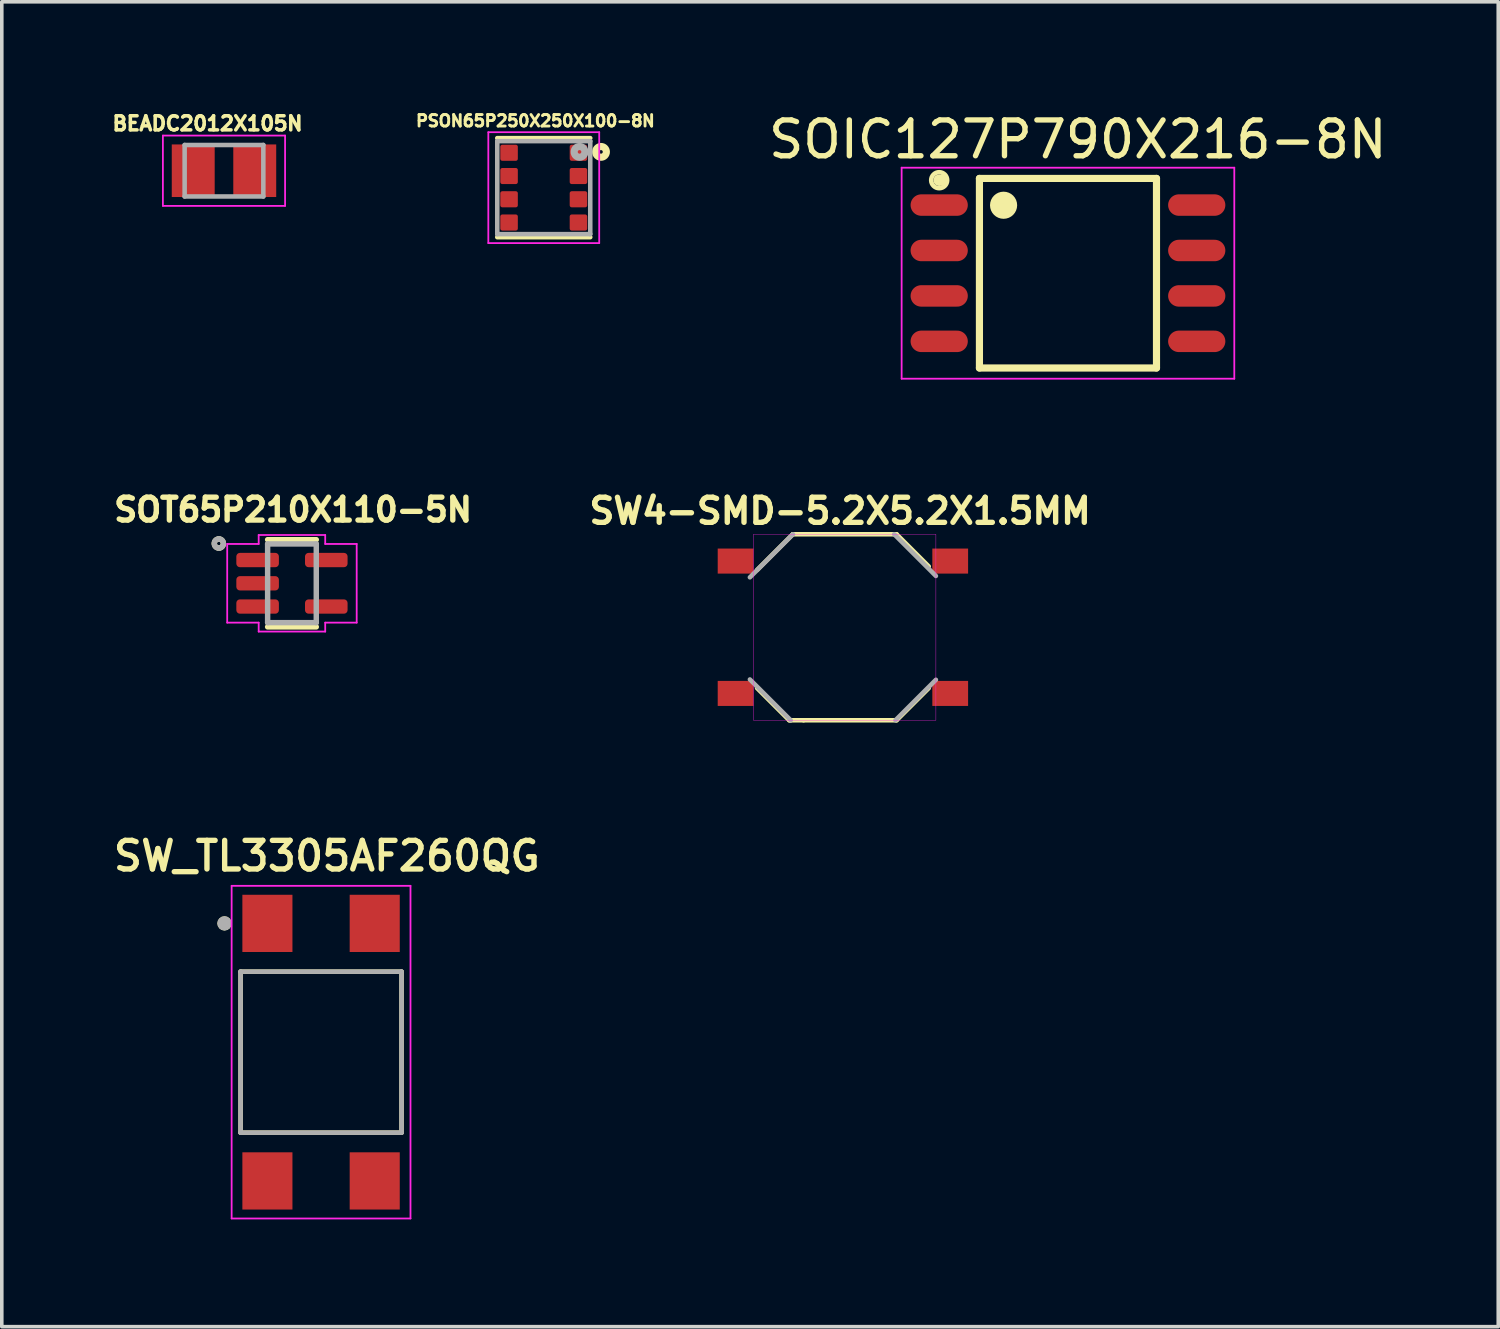
<source format=kicad_pcb>
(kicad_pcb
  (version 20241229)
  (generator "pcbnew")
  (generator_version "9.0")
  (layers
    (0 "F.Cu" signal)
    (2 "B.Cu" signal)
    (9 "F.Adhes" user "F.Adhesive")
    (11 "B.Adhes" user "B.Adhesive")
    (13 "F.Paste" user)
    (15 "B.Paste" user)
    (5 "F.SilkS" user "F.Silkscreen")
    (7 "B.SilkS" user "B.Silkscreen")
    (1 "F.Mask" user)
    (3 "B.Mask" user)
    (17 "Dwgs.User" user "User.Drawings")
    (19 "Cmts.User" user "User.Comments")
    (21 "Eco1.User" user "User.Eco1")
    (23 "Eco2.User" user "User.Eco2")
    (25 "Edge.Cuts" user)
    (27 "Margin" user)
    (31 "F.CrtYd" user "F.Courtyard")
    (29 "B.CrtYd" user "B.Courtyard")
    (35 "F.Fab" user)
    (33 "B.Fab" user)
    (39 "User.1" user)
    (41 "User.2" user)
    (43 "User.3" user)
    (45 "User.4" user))
  (footprint "BEADC2012X105N"
    (layer "F.Cu")
    (at 3.212 1.723)
    (property "Reference" "BEADC2012X105N" (at -0.46 -1.32 0) (layer "F.SilkS") (effects (font (size 0.394 0.394) (thickness 0.15))))
    (attr smd)
    (fp_line (start -1.708 -0.983) (end 1.708 -0.983) (stroke (width 0.05) (type solid)) (layer "F.CrtYd"))
    (fp_line (start -1.708 0.983) (end -1.708 -0.983) (stroke (width 0.05) (type solid)) (layer "F.CrtYd"))
    (fp_line (start -1.708 0.983) (end 1.708 0.983) (stroke (width 0.05) (type solid)) (layer "F.CrtYd"))
    (fp_line (start 1.708 0.983) (end 1.708 -0.983) (stroke (width 0.05) (type solid)) (layer "F.CrtYd"))
    (fp_line (start -1.1 0.72) (end -1.1 -0.72) (stroke (width 0.127) (type solid)) (layer "F.Fab"))
    (fp_line (start 1.1 -0.72) (end -1.1 -0.72) (stroke (width 0.127) (type solid)) (layer "F.Fab"))
    (fp_line (start 1.1 0.72) (end -1.1 0.72) (stroke (width 0.127) (type solid)) (layer "F.Fab"))
    (fp_line (start 1.1 0.72) (end 1.1 -0.72) (stroke (width 0.127) (type solid)) (layer "F.Fab"))
    (pad "1" smd rect (at -0.86 0) (size 1.2 1.47) (layers "F.Cu" "F.Mask" "F.Paste"))
    (pad "2" smd rect (at 0.86 0) (size 1.2 1.47) (layers "F.Cu" "F.Mask" "F.Paste")))
  (footprint "SW4-SMD-5.2X5.2X1.5MM"
    (layer "F.Cu")
    (at 20.515 14.486)
    (property "Reference" "SW4-SMD-5.2X5.2X1.5MM" (at -0.078 -3.25 0) (layer "F.SilkS") (effects (font (size 0.701 0.701) (thickness 0.15))))
    (attr smd)
    (fp_line (start -1.5 2.6) (end -2.4 1.7) (stroke (width 0.127) (type solid)) (layer "F.SilkS"))
    (fp_line (start -1.46 2.6) (end -1.5 2.6) (stroke (width 0.127) (type solid)) (layer "F.SilkS"))
    (fp_line (start -1.4 -2.6) (end -2.4 -1.6) (stroke (width 0.127) (type solid)) (layer "F.SilkS"))
    (fp_line (start -1.4 -2.6) (end 1.5 -2.6) (stroke (width 0.127) (type solid)) (layer "F.SilkS"))
    (fp_line (start -1.1 2.6) (end -1.46 2.6) (stroke (width 0.127) (type solid)) (layer "F.SilkS"))
    (fp_line (start 1.5 -2.6) (end 2.4 -1.7) (stroke (width 0.127) (type solid)) (layer "F.SilkS"))
    (fp_line (start 1.5 2.6) (end -1.1 2.6) (stroke (width 0.127) (type solid)) (layer "F.SilkS"))
    (fp_line (start 1.5 2.6) (end 2.4 1.7) (stroke (width 0.127) (type solid)) (layer "F.SilkS"))
    (fp_poly (pts (xy -2.501 -2.6) (xy 2.6 -2.6) (xy 2.6 2.601) (xy -2.501 2.601)) (stroke (width 0.01) (type solid)) (fill no) (layer "F.CrtYd"))
    (fp_line (start -2.6 -1.396) (end -1.396 -2.6) (stroke (width 0.127) (type solid)) (layer "F.Fab"))
    (fp_line (start -1.46 2.6) (end -2.6 1.46) (stroke (width 0.127) (type solid)) (layer "F.Fab"))
    (fp_line (start 1.434 -2.6) (end 2.6 -1.434) (stroke (width 0.127) (type solid)) (layer "F.Fab"))
    (fp_line (start 2.6 1.469) (end 1.469 2.6) (stroke (width 0.127) (type solid)) (layer "F.Fab"))
    (pad "1" smd rect (at -3 -1.85) (size 1 0.7) (layers "F.Cu" "F.Mask" "F.Paste"))
    (pad "2" smd rect (at 3 -1.85) (size 1 0.7) (layers "F.Cu" "F.Mask" "F.Paste"))
    (pad "3" smd rect (at -3 1.85) (size 1 0.7) (layers "F.Cu" "F.Mask" "F.Paste"))
    (pad "4" smd rect (at 3 1.85) (size 1 0.7) (layers "F.Cu" "F.Mask" "F.Paste")))
  (footprint "PSON65P250X250X100-8N"
    (layer "F.Cu")
    (at 12.152 2.196)
    (property "Reference" "PSON65P250X250X100-8N" (at -0.235 -1.867 0) (layer "F.SilkS") (effects (font (size 0.322 0.322) (thickness 0.15))))
    (attr smd)
    (fp_line (start -1.3 -1.385) (end 1.3 -1.385) (stroke (width 0.127) (type solid)) (layer "F.SilkS"))
    (fp_line (start -1.3 1.385) (end 1.3 1.385) (stroke (width 0.127) (type solid)) (layer "F.SilkS"))
    (fp_circle (center 1.6 -1) (end 1.65 -1) (stroke (width 0.2) (type solid)) (fill no) (layer "F.SilkS"))
    (fp_line (start -1.55 -1.55) (end 1.55 -1.55) (stroke (width 0.05) (type solid)) (layer "F.CrtYd"))
    (fp_line (start -1.55 1.55) (end -1.55 -1.55) (stroke (width 0.05) (type solid)) (layer "F.CrtYd"))
    (fp_line (start 1.55 -1.55) (end 1.55 1.55) (stroke (width 0.05) (type solid)) (layer "F.CrtYd"))
    (fp_line (start 1.55 1.55) (end -1.55 1.55) (stroke (width 0.05) (type solid)) (layer "F.CrtYd"))
    (fp_line (start -1.3 -1.3) (end -1.3 1.3) (stroke (width 0.127) (type solid)) (layer "F.Fab"))
    (fp_line (start -1.3 1.3) (end 1.3 1.3) (stroke (width 0.127) (type solid)) (layer "F.Fab"))
    (fp_line (start 1.3 -1.3) (end -1.3 -1.3) (stroke (width 0.127) (type solid)) (layer "F.Fab"))
    (fp_line (start 1.3 1.3) (end 1.3 -1.3) (stroke (width 0.127) (type solid)) (layer "F.Fab"))
    (fp_circle (center 1 -1) (end 1.05 -1) (stroke (width 0.2) (type solid)) (fill no) (layer "F.Fab"))
    (pad "1" smd roundrect (at 0.97 -0.975) (size 0.49 0.45) (layers "F.Cu" "F.Mask" "F.Paste") (roundrect_rratio 0.125))
    (pad "2" smd roundrect (at 0.97 -0.325) (size 0.49 0.45) (layers "F.Cu" "F.Mask" "F.Paste") (roundrect_rratio 0.125))
    (pad "3" smd roundrect (at 0.97 0.325) (size 0.49 0.45) (layers "F.Cu" "F.Mask" "F.Paste") (roundrect_rratio 0.125))
    (pad "4" smd roundrect (at 0.97 0.975) (size 0.49 0.45) (layers "F.Cu" "F.Mask" "F.Paste") (roundrect_rratio 0.125))
    (pad "5" smd roundrect (at -0.97 0.975) (size 0.49 0.45) (layers "F.Cu" "F.Mask" "F.Paste") (roundrect_rratio 0.125))
    (pad "6" smd roundrect (at -0.97 0.325) (size 0.49 0.45) (layers "F.Cu" "F.Mask" "F.Paste") (roundrect_rratio 0.125))
    (pad "7" smd roundrect (at -0.97 -0.325) (size 0.49 0.45) (layers "F.Cu" "F.Mask" "F.Paste") (roundrect_rratio 0.125))
    (pad "8" smd roundrect (at -0.97 -0.975) (size 0.49 0.45) (layers "F.Cu" "F.Mask" "F.Paste") (roundrect_rratio 0.125)))
  (footprint "SOT65P210X110-5N"
    (layer "F.Cu")
    (at 5.112 13.257)
    (property "Reference" "SOT65P210X110-5N" (at 0.032 -2.056 0) (layer "F.SilkS") (effects (font (size 0.64 0.64) (thickness 0.15))))
    (attr smd)
    (fp_line (start -0.68 1.219) (end 0.68 1.219) (stroke (width 0.152) (type solid)) (layer "F.SilkS"))
    (fp_line (start 0.68 -1.219) (end -0.68 -1.219) (stroke (width 0.152) (type solid)) (layer "F.SilkS"))
    (fp_arc (start -2.0438 -1.2392) (mid -1.9168 -1.1122) (end -2.0438 -0.9852) (stroke (width 0.1524) (type solid)) (layer "F.SilkS"))
    (fp_arc (start -2.0438 -0.9852) (mid -2.1708 -1.1122) (end -2.0438 -1.2392) (stroke (width 0.1524) (type solid)) (layer "F.SilkS"))
    (fp_line (start -1.81 -1.1) (end -0.93 -1.1) (stroke (width 0.05) (type solid)) (layer "F.CrtYd"))
    (fp_line (start -1.81 1.1) (end -1.81 -1.1) (stroke (width 0.05) (type solid)) (layer "F.CrtYd"))
    (fp_line (start -0.93 -1.35) (end 0.93 -1.35) (stroke (width 0.05) (type solid)) (layer "F.CrtYd"))
    (fp_line (start -0.93 -1.1) (end -0.93 -1.35) (stroke (width 0.05) (type solid)) (layer "F.CrtYd"))
    (fp_line (start -0.93 1.1) (end -1.81 1.1) (stroke (width 0.05) (type solid)) (layer "F.CrtYd"))
    (fp_line (start -0.93 1.35) (end -0.93 1.1) (stroke (width 0.05) (type solid)) (layer "F.CrtYd"))
    (fp_line (start 0.93 -1.35) (end 0.93 -1.1) (stroke (width 0.05) (type solid)) (layer "F.CrtYd"))
    (fp_line (start 0.93 -1.1) (end 1.81 -1.1) (stroke (width 0.05) (type solid)) (layer "F.CrtYd"))
    (fp_line (start 0.93 1.1) (end 0.93 1.35) (stroke (width 0.05) (type solid)) (layer "F.CrtYd"))
    (fp_line (start 0.93 1.35) (end -0.93 1.35) (stroke (width 0.05) (type solid)) (layer "F.CrtYd"))
    (fp_line (start 1.81 -1.1) (end 1.81 1.1) (stroke (width 0.05) (type solid)) (layer "F.CrtYd"))
    (fp_line (start 1.81 1.1) (end 0.93 1.1) (stroke (width 0.05) (type solid)) (layer "F.CrtYd"))
    (fp_line (start -0.68 -1.1) (end -0.68 1.1) (stroke (width 0.152) (type solid)) (layer "F.Fab"))
    (fp_line (start -0.68 1.1) (end 0.68 1.1) (stroke (width 0.152) (type solid)) (layer "F.Fab"))
    (fp_line (start 0.68 -1.1) (end -0.68 -1.1) (stroke (width 0.152) (type solid)) (layer "F.Fab"))
    (fp_line (start 0.68 1.1) (end 0.68 -1.1) (stroke (width 0.152) (type solid)) (layer "F.Fab"))
    (fp_arc (start -2.0438 -1.2392) (mid -1.9168 -1.1122) (end -2.0438 -0.9852) (stroke (width 0.1524) (type solid)) (layer "F.Fab"))
    (fp_arc (start -2.0438 -0.9852) (mid -2.1708 -1.1122) (end -2.0438 -1.2392) (stroke (width 0.1524) (type solid)) (layer "F.Fab"))
    (pad "1" smd roundrect (at -0.96 -0.65) (size 1.19 0.4) (layers "F.Cu" "F.Mask" "F.Paste") (roundrect_rratio 0.25))
    (pad "2" smd roundrect (at -0.96 0) (size 1.19 0.4) (layers "F.Cu" "F.Mask" "F.Paste") (roundrect_rratio 0.25))
    (pad "3" smd roundrect (at -0.96 0.65) (size 1.19 0.4) (layers "F.Cu" "F.Mask" "F.Paste") (roundrect_rratio 0.25))
    (pad "4" smd roundrect (at 0.96 0.65) (size 1.19 0.4) (layers "F.Cu" "F.Mask" "F.Paste") (roundrect_rratio 0.25))
    (pad "5" smd roundrect (at 0.96 -0.65) (size 1.19 0.4) (layers "F.Cu" "F.Mask" "F.Paste") (roundrect_rratio 0.25)))
  (footprint "SW_TL3305AF260QG"
    (layer "F.Cu")
    (at 5.926 26.365)
    (property "Reference" "SW_TL3305AF260QG" (at 0.162 -5.484 0) (layer "F.SilkS") (effects (font (size 0.8 0.8) (thickness 0.15))))
    (attr smd)
    (fp_line (start -2.25 -2.25) (end -2.25 2.25) (stroke (width 0.127) (type solid)) (layer "F.SilkS"))
    (fp_line (start -2.25 -2.25) (end 2.25 -2.25) (stroke (width 0.127) (type solid)) (layer "F.SilkS"))
    (fp_line (start 2.25 2.25) (end -2.25 2.25) (stroke (width 0.127) (type solid)) (layer "F.SilkS"))
    (fp_line (start 2.25 2.25) (end 2.25 -2.25) (stroke (width 0.127) (type solid)) (layer "F.SilkS"))
    (fp_circle (center -2.7 -3.6) (end -2.6 -3.6) (stroke (width 0.2) (type solid)) (fill no) (layer "F.SilkS"))
    (fp_line (start -2.5 -4.65) (end -2.5 4.65) (stroke (width 0.05) (type solid)) (layer "F.CrtYd"))
    (fp_line (start -2.5 -4.65) (end 2.5 -4.65) (stroke (width 0.05) (type solid)) (layer "F.CrtYd"))
    (fp_line (start 2.5 4.65) (end -2.5 4.65) (stroke (width 0.05) (type solid)) (layer "F.CrtYd"))
    (fp_line (start 2.5 4.65) (end 2.5 -4.65) (stroke (width 0.05) (type solid)) (layer "F.CrtYd"))
    (fp_line (start -2.25 -2.25) (end -2.25 2.25) (stroke (width 0.127) (type solid)) (layer "F.Fab"))
    (fp_line (start -2.25 -2.25) (end 2.25 -2.25) (stroke (width 0.127) (type solid)) (layer "F.Fab"))
    (fp_line (start 2.25 2.25) (end -2.25 2.25) (stroke (width 0.127) (type solid)) (layer "F.Fab"))
    (fp_line (start 2.25 2.25) (end 2.25 -2.25) (stroke (width 0.127) (type solid)) (layer "F.Fab"))
    (fp_circle (center -2.7 -3.6) (end -2.6 -3.6) (stroke (width 0.2) (type solid)) (fill no) (layer "F.Fab"))
    (pad "1" smd rect (at -1.5 -3.6) (size 1.4 1.6) (layers "F.Cu" "F.Mask" "F.Paste"))
    (pad "2" smd rect (at -1.5 3.6) (size 1.4 1.6) (layers "F.Cu" "F.Mask" "F.Paste"))
    (pad "3" smd rect (at 1.5 -3.6) (size 1.4 1.6) (layers "F.Cu" "F.Mask" "F.Paste"))
    (pad "4" smd rect (at 1.5 3.6) (size 1.4 1.6) (layers "F.Cu" "F.Mask" "F.Paste")))
  (footprint "SOIC127P790X216-8N"
    (layer "F.Cu")
    (at 26.807 4.588)
    (property "Reference" "SOIC127P790X216-8N" (at 0.275 -3.739 0) (layer "F.SilkS") (effects (font (size 1.001 1.001) (thickness 0.15))))
    (attr smd)
    (fp_line (start -2.475 -2.65) (end 2.475 -2.65) (stroke (width 0.2) (type solid)) (layer "F.SilkS"))
    (fp_line (start -2.475 2.65) (end -2.475 -2.65) (stroke (width 0.2) (type solid)) (layer "F.SilkS"))
    (fp_line (start 2.475 -2.65) (end 2.475 2.65) (stroke (width 0.2) (type solid)) (layer "F.SilkS"))
    (fp_line (start 2.475 2.65) (end -2.475 2.65) (stroke (width 0.2) (type solid)) (layer "F.SilkS"))
    (fp_circle (center -3.6 -2.6) (end -3.5 -2.6) (stroke (width 0.127) (type solid)) (fill no) (layer "F.SilkS"))
    (fp_circle (center -3.6 -2.6) (end -3.376 -2.6) (stroke (width 0.127) (type solid)) (fill no) (layer "F.SilkS"))
    (fp_circle (center -3.5 -2.6) (end -3.4 -2.6) (stroke (width 0.127) (type solid)) (fill no) (layer "F.SilkS"))
    (fp_circle (center -1.8 -1.9) (end -1.7 -1.9) (stroke (width 0.127) (type solid)) (fill no) (layer "F.SilkS"))
    (fp_circle (center -1.8 -1.9) (end -1.659 -1.9) (stroke (width 0.127) (type solid)) (fill no) (layer "F.SilkS"))
    (fp_circle (center -1.8 -1.9) (end -1.576 -1.9) (stroke (width 0.127) (type solid)) (fill no) (layer "F.SilkS"))
    (fp_circle (center -1.8 -1.9) (end -1.484 -1.9) (stroke (width 0.127) (type solid)) (fill no) (layer "F.SilkS"))
    (fp_circle (center -1.8 -1.8) (end -1.7 -1.8) (stroke (width 0.127) (type solid)) (fill no) (layer "F.SilkS"))
    (fp_line (start -4.65 -2.95) (end 4.65 -2.95) (stroke (width 0.05) (type solid)) (layer "F.CrtYd"))
    (fp_line (start -4.65 2.95) (end -4.65 -2.95) (stroke (width 0.05) (type solid)) (layer "F.CrtYd"))
    (fp_line (start 4.65 -2.95) (end 4.65 2.95) (stroke (width 0.05) (type solid)) (layer "F.CrtYd"))
    (fp_line (start 4.65 2.95) (end -4.65 2.95) (stroke (width 0.05) (type solid)) (layer "F.CrtYd"))
    (pad "1" smd oval (at -3.6 -1.905) (size 1.6 0.6) (layers "F.Cu" "F.Mask" "F.Paste"))
    (pad "2" smd oval (at -3.6 -0.635) (size 1.6 0.6) (layers "F.Cu" "F.Mask" "F.Paste"))
    (pad "3" smd oval (at -3.6 0.635) (size 1.6 0.6) (layers "F.Cu" "F.Mask" "F.Paste"))
    (pad "4" smd oval (at -3.6 1.905) (size 1.6 0.6) (layers "F.Cu" "F.Mask" "F.Paste"))
    (pad "5" smd oval (at 3.6 1.905) (size 1.6 0.6) (layers "F.Cu" "F.Mask" "F.Paste"))
    (pad "6" smd oval (at 3.6 0.635) (size 1.6 0.6) (layers "F.Cu" "F.Mask" "F.Paste"))
    (pad "7" smd oval (at 3.6 -0.635) (size 1.6 0.6) (layers "F.Cu" "F.Mask" "F.Paste"))
    (pad "8" smd oval (at 3.6 -1.905) (size 1.6 0.6) (layers "F.Cu" "F.Mask" "F.Paste")))
  (gr_rect
    (start -3 -3)
    (end 38.836 34.04)
    (stroke (width 0.1) (type default))
    (fill no)
    (layer "Edge.Cuts")))
</source>
